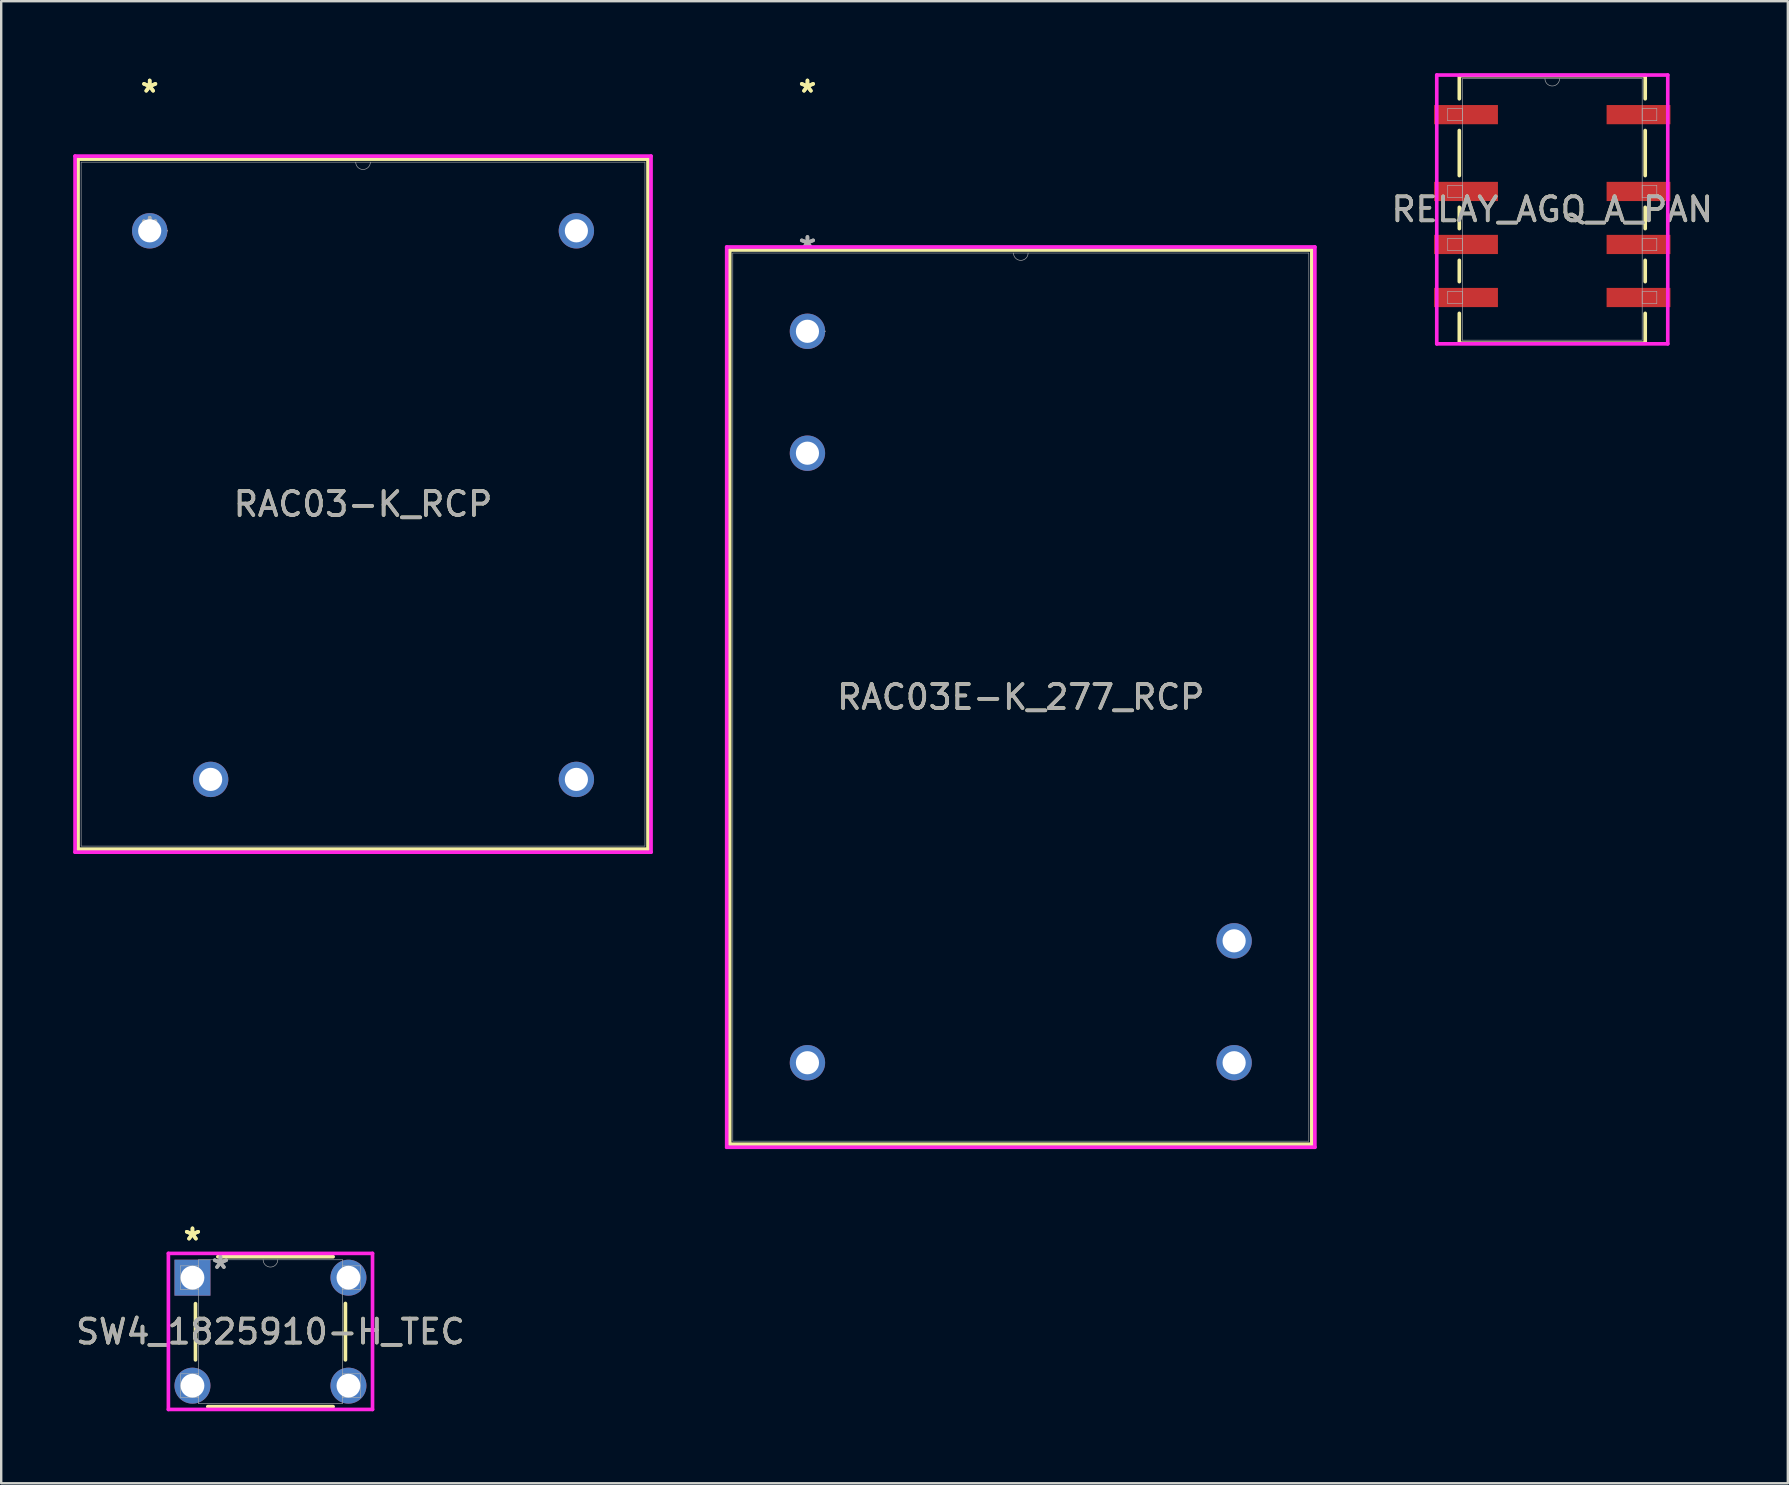
<source format=kicad_pcb>
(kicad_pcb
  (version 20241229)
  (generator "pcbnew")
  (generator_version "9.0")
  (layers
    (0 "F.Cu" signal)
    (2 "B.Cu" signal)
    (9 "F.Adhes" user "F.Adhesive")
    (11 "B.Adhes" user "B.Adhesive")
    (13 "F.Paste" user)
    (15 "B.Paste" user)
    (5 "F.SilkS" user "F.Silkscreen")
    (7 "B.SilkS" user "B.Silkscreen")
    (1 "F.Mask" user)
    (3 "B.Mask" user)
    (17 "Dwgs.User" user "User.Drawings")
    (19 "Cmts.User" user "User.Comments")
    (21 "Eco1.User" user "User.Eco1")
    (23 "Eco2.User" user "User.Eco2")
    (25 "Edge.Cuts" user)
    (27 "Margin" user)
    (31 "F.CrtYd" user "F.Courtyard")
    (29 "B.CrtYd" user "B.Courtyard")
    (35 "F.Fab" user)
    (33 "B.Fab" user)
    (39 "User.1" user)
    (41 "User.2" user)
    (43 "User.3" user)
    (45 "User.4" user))
  (footprint "RELAY_AGQ_A_PAN"
    (layer "F.Cu")
    (at 61.634 5.677)
    (property "Reference" "RELAY_AGQ_A_PAN" (at 0 0 0) (unlocked yes) (layer "F.SilkS") (effects (font (size 1 1) (thickness 0.15))))
    (attr smd)
    (fp_line (start -3.873 -5.575) (end -3.873 -4.611) (stroke (width 0.152) (type solid)) (layer "F.SilkS"))
    (fp_line (start -3.873 -3.288) (end -3.873 -1.411) (stroke (width 0.152) (type solid)) (layer "F.SilkS"))
    (fp_line (start -3.873 -0.088) (end -3.873 0.799) (stroke (width 0.152) (type solid)) (layer "F.SilkS"))
    (fp_line (start -3.873 2.122) (end -3.873 3.009) (stroke (width 0.152) (type solid)) (layer "F.SilkS"))
    (fp_line (start -3.873 4.332) (end -3.873 5.575) (stroke (width 0.152) (type solid)) (layer "F.SilkS"))
    (fp_line (start -3.873 5.575) (end 3.873 5.575) (stroke (width 0.152) (type solid)) (layer "F.SilkS"))
    (fp_line (start 3.873 -5.575) (end -3.873 -5.575) (stroke (width 0.152) (type solid)) (layer "F.SilkS"))
    (fp_line (start 3.873 -4.611) (end 3.873 -5.575) (stroke (width 0.152) (type solid)) (layer "F.SilkS"))
    (fp_line (start 3.873 -1.411) (end 3.873 -3.288) (stroke (width 0.152) (type solid)) (layer "F.SilkS"))
    (fp_line (start 3.873 0.799) (end 3.873 -0.088) (stroke (width 0.152) (type solid)) (layer "F.SilkS"))
    (fp_line (start 3.873 3.009) (end 3.873 2.122) (stroke (width 0.152) (type solid)) (layer "F.SilkS"))
    (fp_line (start 3.873 5.575) (end 3.873 4.332) (stroke (width 0.152) (type solid)) (layer "F.SilkS"))
    (fp_line (start -4.813 -5.601) (end 4.813 -5.601) (stroke (width 0.152) (type solid)) (layer "F.CrtYd"))
    (fp_line (start -4.813 5.601) (end -4.813 -5.601) (stroke (width 0.152) (type solid)) (layer "F.CrtYd"))
    (fp_line (start 4.813 -5.601) (end 4.813 5.601) (stroke (width 0.152) (type solid)) (layer "F.CrtYd"))
    (fp_line (start 4.813 5.601) (end -4.813 5.601) (stroke (width 0.152) (type solid)) (layer "F.CrtYd"))
    (fp_line (start -4.356 -4.204) (end -4.356 -3.696) (stroke (width 0.025) (type solid)) (layer "F.Fab"))
    (fp_line (start -4.356 -3.696) (end -3.747 -3.696) (stroke (width 0.025) (type solid)) (layer "F.Fab"))
    (fp_line (start -4.356 -1.003) (end -4.356 -0.495) (stroke (width 0.025) (type solid)) (layer "F.Fab"))
    (fp_line (start -4.356 -0.495) (end -3.747 -0.495) (stroke (width 0.025) (type solid)) (layer "F.Fab"))
    (fp_line (start -4.356 1.206) (end -4.356 1.714) (stroke (width 0.025) (type solid)) (layer "F.Fab"))
    (fp_line (start -4.356 1.714) (end -3.747 1.714) (stroke (width 0.025) (type solid)) (layer "F.Fab"))
    (fp_line (start -4.356 3.416) (end -4.356 3.924) (stroke (width 0.025) (type solid)) (layer "F.Fab"))
    (fp_line (start -4.356 3.924) (end -3.747 3.924) (stroke (width 0.025) (type solid)) (layer "F.Fab"))
    (fp_line (start -3.747 -5.448) (end -3.747 5.448) (stroke (width 0.025) (type solid)) (layer "F.Fab"))
    (fp_line (start -3.747 -4.204) (end -4.356 -4.204) (stroke (width 0.025) (type solid)) (layer "F.Fab"))
    (fp_line (start -3.747 -3.696) (end -3.747 -4.204) (stroke (width 0.025) (type solid)) (layer "F.Fab"))
    (fp_line (start -3.747 -1.003) (end -4.356 -1.003) (stroke (width 0.025) (type solid)) (layer "F.Fab"))
    (fp_line (start -3.747 -0.495) (end -3.747 -1.003) (stroke (width 0.025) (type solid)) (layer "F.Fab"))
    (fp_line (start -3.747 1.206) (end -4.356 1.206) (stroke (width 0.025) (type solid)) (layer "F.Fab"))
    (fp_line (start -3.747 1.714) (end -3.747 1.206) (stroke (width 0.025) (type solid)) (layer "F.Fab"))
    (fp_line (start -3.747 3.416) (end -4.356 3.416) (stroke (width 0.025) (type solid)) (layer "F.Fab"))
    (fp_line (start -3.747 3.924) (end -3.747 3.416) (stroke (width 0.025) (type solid)) (layer "F.Fab"))
    (fp_line (start -3.747 5.448) (end 3.747 5.448) (stroke (width 0.025) (type solid)) (layer "F.Fab"))
    (fp_line (start 3.747 -5.448) (end -3.747 -5.448) (stroke (width 0.025) (type solid)) (layer "F.Fab"))
    (fp_line (start 3.747 -4.204) (end 3.747 -3.696) (stroke (width 0.025) (type solid)) (layer "F.Fab"))
    (fp_line (start 3.747 -3.696) (end 4.356 -3.696) (stroke (width 0.025) (type solid)) (layer "F.Fab"))
    (fp_line (start 3.747 -1.003) (end 3.747 -0.495) (stroke (width 0.025) (type solid)) (layer "F.Fab"))
    (fp_line (start 3.747 -0.495) (end 4.356 -0.495) (stroke (width 0.025) (type solid)) (layer "F.Fab"))
    (fp_line (start 3.747 1.206) (end 3.747 1.714) (stroke (width 0.025) (type solid)) (layer "F.Fab"))
    (fp_line (start 3.747 1.714) (end 4.356 1.714) (stroke (width 0.025) (type solid)) (layer "F.Fab"))
    (fp_line (start 3.747 3.416) (end 3.747 3.924) (stroke (width 0.025) (type solid)) (layer "F.Fab"))
    (fp_line (start 3.747 3.924) (end 4.356 3.924) (stroke (width 0.025) (type solid)) (layer "F.Fab"))
    (fp_line (start 3.747 5.448) (end 3.747 -5.448) (stroke (width 0.025) (type solid)) (layer "F.Fab"))
    (fp_line (start 4.356 -4.204) (end 3.747 -4.204) (stroke (width 0.025) (type solid)) (layer "F.Fab"))
    (fp_line (start 4.356 -3.696) (end 4.356 -4.204) (stroke (width 0.025) (type solid)) (layer "F.Fab"))
    (fp_line (start 4.356 -1.003) (end 3.747 -1.003) (stroke (width 0.025) (type solid)) (layer "F.Fab"))
    (fp_line (start 4.356 -0.495) (end 4.356 -1.003) (stroke (width 0.025) (type solid)) (layer "F.Fab"))
    (fp_line (start 4.356 1.206) (end 3.747 1.206) (stroke (width 0.025) (type solid)) (layer "F.Fab"))
    (fp_line (start 4.356 1.714) (end 4.356 1.206) (stroke (width 0.025) (type solid)) (layer "F.Fab"))
    (fp_line (start 4.356 3.416) (end 3.747 3.416) (stroke (width 0.025) (type solid)) (layer "F.Fab"))
    (fp_line (start 4.356 3.924) (end 4.356 3.416) (stroke (width 0.025) (type solid)) (layer "F.Fab"))
    (fp_arc (start 0.3048 -5.4483) (mid 0 -5.1435) (end -0.3048 -5.4483) (stroke (width 0.0254) (type solid)) (layer "F.Fab"))
    (fp_text user "${REFERENCE}" (at 0 0 0) (unlocked yes) (layer "F.Fab") (effects (font (size 1 1) (thickness 0.15))))
    (pad "1" smd rect (at -3.594 -3.95) (size 2.66 0.8) (layers "F.Cu" "F.Mask" "F.Paste"))
    (pad "2" smd rect (at -3.594 -0.749) (size 2.66 0.8) (layers "F.Cu" "F.Mask" "F.Paste"))
    (pad "3" smd rect (at -3.594 1.46) (size 2.66 0.8) (layers "F.Cu" "F.Mask" "F.Paste"))
    (pad "4" smd rect (at -3.594 3.67) (size 2.66 0.8) (layers "F.Cu" "F.Mask" "F.Paste"))
    (pad "5" smd rect (at 3.594 3.67) (size 2.66 0.8) (layers "F.Cu" "F.Mask" "F.Paste"))
    (pad "6" smd rect (at 3.594 1.46) (size 2.66 0.8) (layers "F.Cu" "F.Mask" "F.Paste"))
    (pad "7" smd rect (at 3.594 -0.749) (size 2.66 0.8) (layers "F.Cu" "F.Mask" "F.Paste"))
    (pad "8" smd rect (at 3.594 -3.95) (size 2.66 0.8) (layers "F.Cu" "F.Mask" "F.Paste")))
  (footprint "RAC03-K_RCP"
    (layer "F.Cu")
    (at 3.188 6.568)
    (property "Reference" "RAC03-K_RCP" (at 8.89 11.389 0) (unlocked yes) (layer "F.SilkS") (effects (font (size 1 1) (thickness 0.15))))
    (attr through_hole)
    (fp_line (start -2.985 -2.987) (end -2.985 25.766) (stroke (width 0.152) (type solid)) (layer "F.SilkS"))
    (fp_line (start -2.985 25.766) (end 20.765 25.766) (stroke (width 0.152) (type solid)) (layer "F.SilkS"))
    (fp_line (start 20.765 -2.987) (end -2.985 -2.987) (stroke (width 0.152) (type solid)) (layer "F.SilkS"))
    (fp_line (start 20.765 25.766) (end 20.765 -2.987) (stroke (width 0.152) (type solid)) (layer "F.SilkS"))
    (fp_line (start -3.111 -3.114) (end 20.892 -3.114) (stroke (width 0.152) (type solid)) (layer "F.CrtYd"))
    (fp_line (start -3.111 25.893) (end -3.111 -3.114) (stroke (width 0.152) (type solid)) (layer "F.CrtYd"))
    (fp_line (start 20.892 -3.114) (end 20.892 25.893) (stroke (width 0.152) (type solid)) (layer "F.CrtYd"))
    (fp_line (start 20.892 25.893) (end -3.111 25.893) (stroke (width 0.152) (type solid)) (layer "F.CrtYd"))
    (fp_line (start -2.857 -2.86) (end -2.857 25.639) (stroke (width 0.025) (type solid)) (layer "F.Fab"))
    (fp_line (start -2.857 25.639) (end 20.637 25.639) (stroke (width 0.025) (type solid)) (layer "F.Fab"))
    (fp_line (start 20.637 -2.86) (end -2.857 -2.86) (stroke (width 0.025) (type solid)) (layer "F.Fab"))
    (fp_line (start 20.637 25.639) (end 20.637 -2.86) (stroke (width 0.025) (type solid)) (layer "F.Fab"))
    (fp_arc (start 9.1948 -2.86004) (mid 8.89 -2.55524) (end 8.5852 -2.86004) (stroke (width 0.0254) (type solid)) (layer "F.Fab"))
    (fp_circle (center 0.737 0) (end 0.737 0) (stroke (width 0.025) (type solid)) (fill no) (layer "F.Fab"))
    (fp_text user "*" (at 0 -5.72 0) (unlocked yes) (layer "F.SilkS") (effects (font (size 1 1) (thickness 0.15))))
    (fp_text user "*" (at 0 -5.72 0) (layer "F.SilkS") (effects (font (size 1 1) (thickness 0.15))))
    (fp_text user "*" (at 0 0 0) (unlocked yes) (layer "F.Fab") (effects (font (size 1 1) (thickness 0.15))))
    (fp_text user "${REFERENCE}" (at 8.89 11.389 0) (unlocked yes) (layer "F.Fab") (effects (font (size 1 1) (thickness 0.15))))
    (fp_text user "*" (at 0 0 0) (layer "F.Fab") (effects (font (size 1 1) (thickness 0.15))))
    (pad "1" thru_hole circle (at 0 0) (size 1.473 1.473) (drill 0.965) (layers "*.Cu" "*.Mask"))
    (pad "2" thru_hole circle (at 2.54 22.86) (size 1.473 1.473) (drill 0.965) (layers "*.Cu" "*.Mask"))
    (pad "3" thru_hole circle (at 17.78 22.86) (size 1.473 1.473) (drill 0.965) (layers "*.Cu" "*.Mask"))
    (pad "4" thru_hole circle (at 17.78 0) (size 1.473 1.473) (drill 0.965) (layers "*.Cu" "*.Mask")))
  (footprint "SW4_1825910-H_TEC"
    (layer "F.Cu")
    (at 11.47 54.692)
    (property "Reference" "SW4_1825910-H_TEC" (at -3.25 -2.25 0) (unlocked yes) (layer "F.SilkS") (effects (font (size 1 1) (thickness 0.15))))
    (attr through_hole)
    (fp_line (start -6.374 -3.418) (end -6.374 -1.075) (stroke (width 0.152) (type solid)) (layer "F.SilkS"))
    (fp_line (start -5.862 0.874) (end -0.638 0.874) (stroke (width 0.152) (type solid)) (layer "F.SilkS"))
    (fp_line (start -0.638 -5.374) (end -5.442 -5.374) (stroke (width 0.152) (type solid)) (layer "F.SilkS"))
    (fp_line (start -0.126 -1.075) (end -0.126 -3.425) (stroke (width 0.152) (type solid)) (layer "F.SilkS"))
    (fp_line (start -7.503 -5.512) (end 1.003 -5.512) (stroke (width 0.152) (type solid)) (layer "F.CrtYd"))
    (fp_line (start -7.503 0.991) (end -7.503 -5.512) (stroke (width 0.152) (type solid)) (layer "F.CrtYd"))
    (fp_line (start 1.003 -5.512) (end 1.003 0.991) (stroke (width 0.152) (type solid)) (layer "F.CrtYd"))
    (fp_line (start 1.003 0.991) (end -7.503 0.991) (stroke (width 0.152) (type solid)) (layer "F.CrtYd"))
    (fp_line (start -6.995 -4.995) (end -6.995 -4.005) (stroke (width 0.025) (type solid)) (layer "F.Fab"))
    (fp_line (start -6.995 -4.005) (end -6.247 -4.005) (stroke (width 0.025) (type solid)) (layer "F.Fab"))
    (fp_line (start -6.995 -0.495) (end -6.995 0.495) (stroke (width 0.025) (type solid)) (layer "F.Fab"))
    (fp_line (start -6.995 0.495) (end -6.247 0.495) (stroke (width 0.025) (type solid)) (layer "F.Fab"))
    (fp_line (start -6.247 -5.247) (end -6.247 0.747) (stroke (width 0.025) (type solid)) (layer "F.Fab"))
    (fp_line (start -6.247 -4.995) (end -6.995 -4.995) (stroke (width 0.025) (type solid)) (layer "F.Fab"))
    (fp_line (start -6.247 -4.005) (end -6.247 -4.995) (stroke (width 0.025) (type solid)) (layer "F.Fab"))
    (fp_line (start -6.247 -0.495) (end -6.995 -0.495) (stroke (width 0.025) (type solid)) (layer "F.Fab"))
    (fp_line (start -6.247 0.495) (end -6.247 -0.495) (stroke (width 0.025) (type solid)) (layer "F.Fab"))
    (fp_line (start -6.247 0.747) (end -0.253 0.747) (stroke (width 0.025) (type solid)) (layer "F.Fab"))
    (fp_line (start -0.253 -5.247) (end -6.247 -5.247) (stroke (width 0.025) (type solid)) (layer "F.Fab"))
    (fp_line (start -0.253 -4.995) (end -0.253 -4.005) (stroke (width 0.025) (type solid)) (layer "F.Fab"))
    (fp_line (start -0.253 -4.005) (end 0.495 -4.005) (stroke (width 0.025) (type solid)) (layer "F.Fab"))
    (fp_line (start -0.253 -0.495) (end -0.253 0.495) (stroke (width 0.025) (type solid)) (layer "F.Fab"))
    (fp_line (start -0.253 0.495) (end 0.495 0.495) (stroke (width 0.025) (type solid)) (layer "F.Fab"))
    (fp_line (start -0.253 0.747) (end -0.253 -5.247) (stroke (width 0.025) (type solid)) (layer "F.Fab"))
    (fp_line (start 0.495 -4.995) (end -0.253 -4.995) (stroke (width 0.025) (type solid)) (layer "F.Fab"))
    (fp_line (start 0.495 -4.005) (end 0.495 -4.995) (stroke (width 0.025) (type solid)) (layer "F.Fab"))
    (fp_line (start 0.495 -0.495) (end -0.253 -0.495) (stroke (width 0.025) (type solid)) (layer "F.Fab"))
    (fp_line (start 0.495 0.495) (end 0.495 -0.495) (stroke (width 0.025) (type solid)) (layer "F.Fab"))
    (fp_arc (start -2.9452 -5.247201) (mid -3.25 -4.942401) (end -3.5548 -5.247201) (stroke (width 0.0254) (type solid)) (layer "F.Fab"))
    (fp_text user "*" (at -6.5 -6.011 0) (unlocked yes) (layer "F.SilkS") (effects (font (size 1 1) (thickness 0.15))))
    (fp_text user "*" (at -6.5 -6.011 0) (layer "F.SilkS") (effects (font (size 1 1) (thickness 0.15))))
    (fp_text user "*" (at -5.334 -4.826 0) (layer "F.Fab") (effects (font (size 1 1) (thickness 0.15))))
    (fp_text user "${REFERENCE}" (at -3.25 -2.25 0) (unlocked yes) (layer "F.Fab") (effects (font (size 1 1) (thickness 0.15))))
    (fp_text user "*" (at -5.334 -4.826 0) (unlocked yes) (layer "F.Fab") (effects (font (size 1 1) (thickness 0.15))))
    (pad "1" thru_hole rect (at -6.5 -4.5) (size 1.499 1.499) (drill 0.991) (layers "*.Cu" "*.Mask"))
    (pad "2" thru_hole circle (at 0 -4.5) (size 1.499 1.499) (drill 0.991) (layers "*.Cu" "*.Mask"))
    (pad "3" thru_hole circle (at -6.5 0) (size 1.499 1.499) (drill 0.991) (layers "*.Cu" "*.Mask"))
    (pad "4" thru_hole circle (at 0 0) (size 1.499 1.499) (drill 0.991) (layers "*.Cu" "*.Mask")))
  (footprint "RAC03E-K_277_RCP"
    (layer "F.Cu")
    (at 30.597 10.755)
    (property "Reference" "RAC03E-K_277_RCP" (at 8.89 15.244 0) (unlocked yes) (layer "F.SilkS") (effects (font (size 1 1) (thickness 0.15))))
    (attr through_hole)
    (fp_line (start -3.239 -3.387) (end -3.239 33.875) (stroke (width 0.152) (type solid)) (layer "F.SilkS"))
    (fp_line (start -3.239 33.875) (end 21.018 33.875) (stroke (width 0.152) (type solid)) (layer "F.SilkS"))
    (fp_line (start 21.018 -3.387) (end -3.239 -3.387) (stroke (width 0.152) (type solid)) (layer "F.SilkS"))
    (fp_line (start 21.018 33.875) (end 21.018 -3.387) (stroke (width 0.152) (type solid)) (layer "F.SilkS"))
    (fp_line (start -3.365 -3.514) (end 21.145 -3.514) (stroke (width 0.152) (type solid)) (layer "F.CrtYd"))
    (fp_line (start -3.365 34.002) (end -3.365 -3.514) (stroke (width 0.152) (type solid)) (layer "F.CrtYd"))
    (fp_line (start 21.145 -3.514) (end 21.145 34.002) (stroke (width 0.152) (type solid)) (layer "F.CrtYd"))
    (fp_line (start 21.145 34.002) (end -3.365 34.002) (stroke (width 0.152) (type solid)) (layer "F.CrtYd"))
    (fp_line (start -3.111 -3.26) (end -3.111 33.748) (stroke (width 0.025) (type solid)) (layer "F.Fab"))
    (fp_line (start -3.111 33.748) (end 20.892 33.748) (stroke (width 0.025) (type solid)) (layer "F.Fab"))
    (fp_line (start 20.892 -3.26) (end -3.111 -3.26) (stroke (width 0.025) (type solid)) (layer "F.Fab"))
    (fp_line (start 20.892 33.748) (end 20.892 -3.26) (stroke (width 0.025) (type solid)) (layer "F.Fab"))
    (fp_arc (start 9.1948 -3.260001) (mid 8.89 -2.955201) (end 8.5852 -3.260001) (stroke (width 0.0254) (type solid)) (layer "F.Fab"))
    (fp_circle (center 0.737 0) (end 0.737 0) (stroke (width 0.025) (type solid)) (fill no) (layer "F.Fab"))
    (fp_text user "*" (at 0 -9.907 0) (layer "F.SilkS") (effects (font (size 1 1) (thickness 0.15))))
    (fp_text user "*" (at 0 -9.907 0) (unlocked yes) (layer "F.SilkS") (effects (font (size 1 1) (thickness 0.15))))
    (fp_text user "${REFERENCE}" (at 8.89 15.244 0) (unlocked yes) (layer "F.Fab") (effects (font (size 1 1) (thickness 0.15))))
    (fp_text user "*" (at 0 -3.387 0) (layer "F.Fab") (effects (font (size 1 1) (thickness 0.15))))
    (fp_text user "*" (at 0 -3.387 0) (unlocked yes) (layer "F.Fab") (effects (font (size 1 1) (thickness 0.15))))
    (pad "1" thru_hole circle (at 0 0) (size 1.473 1.473) (drill 0.965) (layers "*.Cu" "*.Mask"))
    (pad "2" thru_hole circle (at 0 5.08) (size 1.473 1.473) (drill 0.965) (layers "*.Cu" "*.Mask"))
    (pad "3" thru_hole circle (at 0 30.48) (size 1.473 1.473) (drill 0.965) (layers "*.Cu" "*.Mask"))
    (pad "4" thru_hole circle (at 17.78 30.48) (size 1.473 1.473) (drill 0.965) (layers "*.Cu" "*.Mask"))
    (pad "5" thru_hole circle (at 17.78 25.4) (size 1.473 1.473) (drill 0.965) (layers "*.Cu" "*.Mask")))
  (gr_rect
    (start -3 -3)
    (end 71.45 58.759)
    (stroke (width 0.1) (type default))
    (fill no)
    (layer "Edge.Cuts")))
</source>
